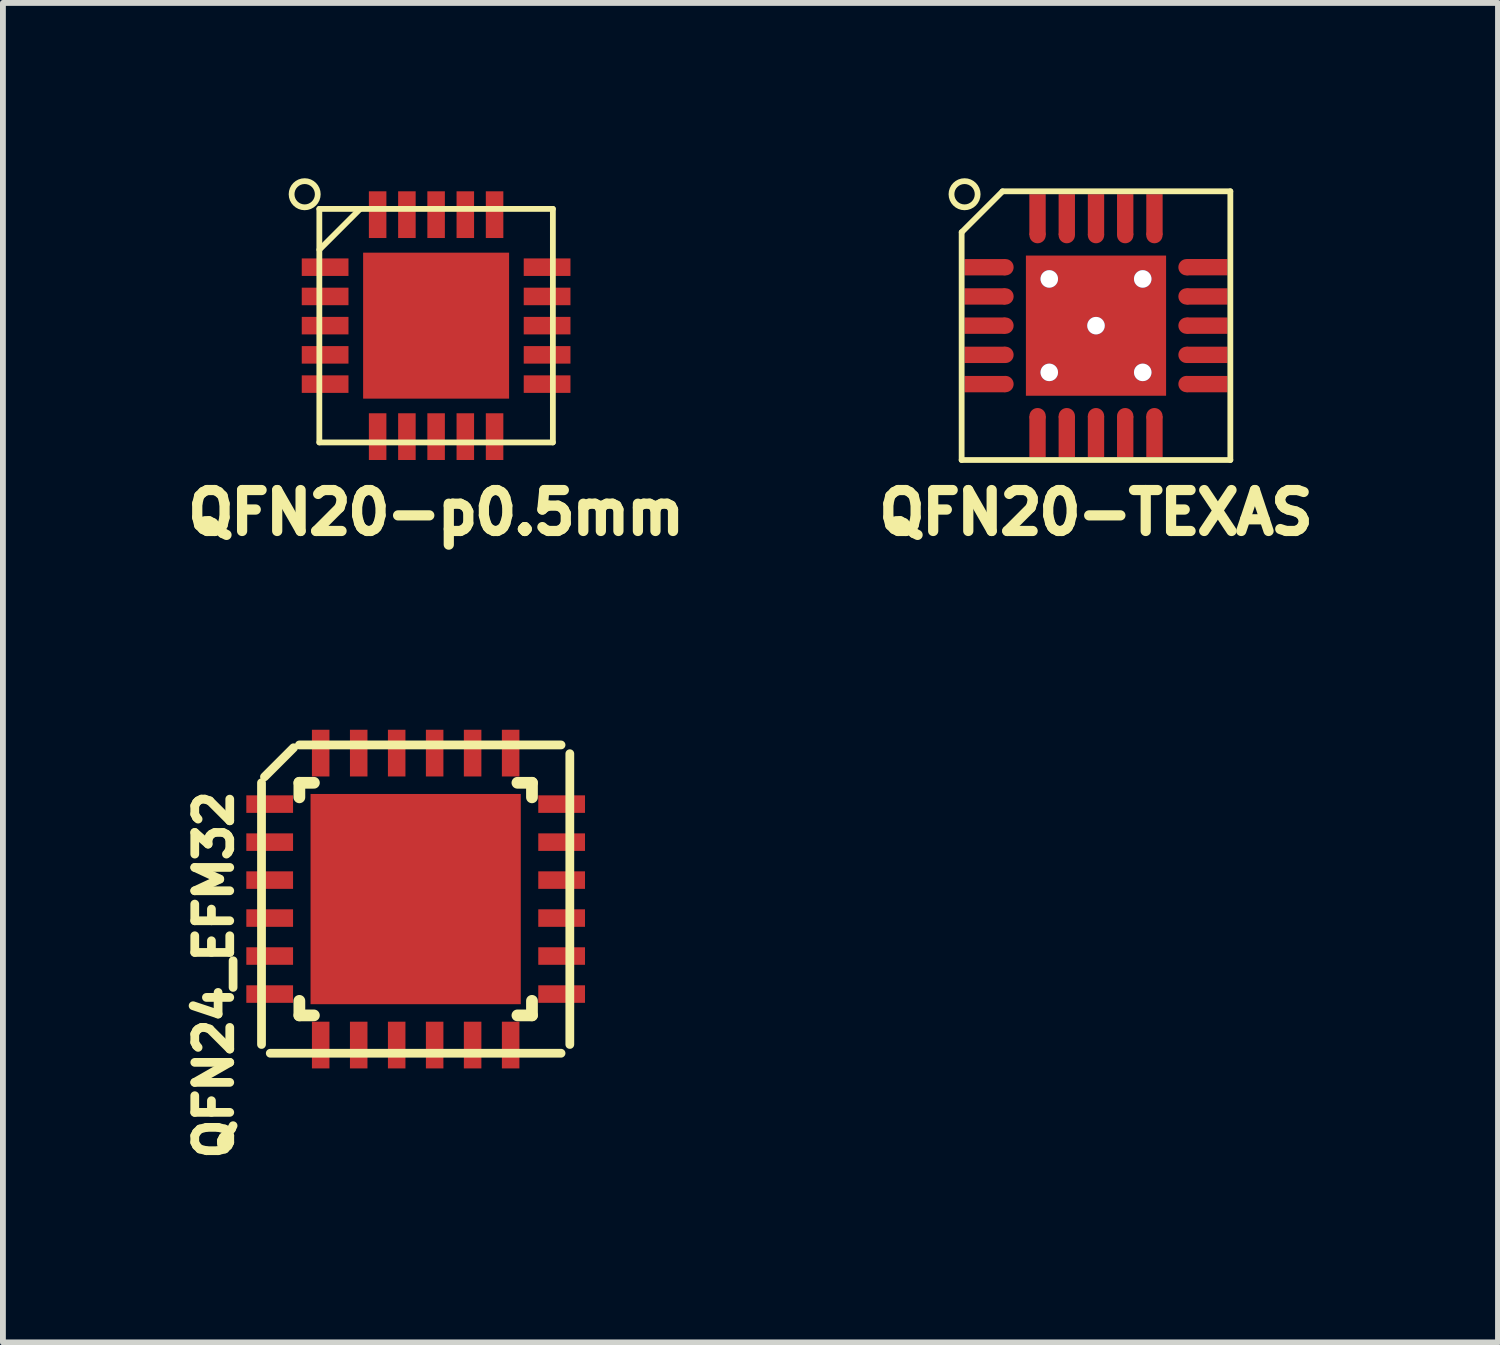
<source format=kicad_pcb>
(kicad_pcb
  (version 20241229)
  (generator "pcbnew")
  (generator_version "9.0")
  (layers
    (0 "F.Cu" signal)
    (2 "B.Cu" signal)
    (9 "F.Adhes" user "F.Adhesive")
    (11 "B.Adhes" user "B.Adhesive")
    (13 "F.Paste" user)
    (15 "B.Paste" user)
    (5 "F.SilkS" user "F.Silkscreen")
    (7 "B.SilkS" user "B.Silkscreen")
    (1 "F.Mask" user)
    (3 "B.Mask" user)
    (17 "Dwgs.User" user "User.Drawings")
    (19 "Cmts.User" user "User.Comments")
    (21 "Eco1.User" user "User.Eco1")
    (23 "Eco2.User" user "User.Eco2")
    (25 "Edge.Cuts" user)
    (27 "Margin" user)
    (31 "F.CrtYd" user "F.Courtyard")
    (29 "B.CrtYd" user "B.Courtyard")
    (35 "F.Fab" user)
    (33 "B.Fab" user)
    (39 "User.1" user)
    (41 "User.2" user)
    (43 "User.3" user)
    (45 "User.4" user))
  (footprint "QFN20-TEXAS"
    (layer "F.Cu")
    (at 15.713 2.525)
    (property "Reference" "QFN20-TEXAS" (at 0 3.2 0) (layer "F.SilkS") (effects (font (size 0.701 0.701) (thickness 0.175))))
    (attr through_hole)
    (fp_line (start -2.3 2.3) (end -2.3 -1.6) (stroke (width 0.099) (type solid)) (layer "F.SilkS"))
    (fp_line (start -2.299 -1.6) (end -1.6 -2.299) (stroke (width 0.099) (type solid)) (layer "F.SilkS"))
    (fp_line (start 2.3 -2.3) (end -1.6 -2.3) (stroke (width 0.099) (type solid)) (layer "F.SilkS"))
    (fp_line (start 2.3 -2.3) (end 2.3 2.3) (stroke (width 0.099) (type solid)) (layer "F.SilkS"))
    (fp_line (start 2.3 2.3) (end -2.3 2.3) (stroke (width 0.099) (type solid)) (layer "F.SilkS"))
    (fp_circle (center -2.25 -2.25) (end -2.05 -2.149) (stroke (width 0.099) (type solid)) (fill no) (layer "F.SilkS"))
    (pad "" smd rect (at -0.8 0) (size 0.45 0.65) (layers "F.Paste"))
    (pad "" smd rect (at -0.8 0) (size 0.8 0.85) (layers "F.Mask"))
    (pad "" smd rect (at 0 -0.8 90) (size 0.45 0.65) (layers "F.Paste"))
    (pad "" smd rect (at 0 -0.8) (size 0.85 0.8) (layers "F.Mask"))
    (pad "" smd rect (at 0 0.8 90) (size 0.45 0.65) (layers "F.Paste"))
    (pad "" smd rect (at 0 0.8) (size 0.85 0.8) (layers "F.Mask"))
    (pad "" smd rect (at 0.8 0) (size 0.45 0.65) (layers "F.Paste"))
    (pad "" smd rect (at 0.8 0) (size 0.8 0.85) (layers "F.Mask"))
    (pad "1" smd rect (at -1.9 -1) (size 0.7 0.28) (layers "F.Cu" "F.Mask" "F.Paste"))
    (pad "1" smd circle (at -1.55 -1 90) (size 0.28 0.28) (layers "F.Cu" "F.Mask" "F.Paste"))
    (pad "2" smd rect (at -1.9 -0.5) (size 0.7 0.28) (layers "F.Cu" "F.Mask" "F.Paste"))
    (pad "2" smd circle (at -1.55 -0.5 90) (size 0.28 0.28) (layers "F.Cu" "F.Mask" "F.Paste"))
    (pad "3" smd rect (at -1.9 0) (size 0.7 0.28) (layers "F.Cu" "F.Mask" "F.Paste"))
    (pad "3" smd circle (at -1.55 0 90) (size 0.28 0.28) (layers "F.Cu" "F.Mask" "F.Paste"))
    (pad "4" smd rect (at -1.9 0.5) (size 0.7 0.28) (layers "F.Cu" "F.Mask" "F.Paste"))
    (pad "4" smd circle (at -1.55 0.5 90) (size 0.28 0.28) (layers "F.Cu" "F.Mask" "F.Paste"))
    (pad "5" smd rect (at -1.9 1.001) (size 0.7 0.28) (layers "F.Cu" "F.Mask" "F.Paste"))
    (pad "5" smd circle (at -1.55 1 90) (size 0.28 0.28) (layers "F.Cu" "F.Mask" "F.Paste"))
    (pad "6" smd rect (at -1.001 1.9 90) (size 0.7 0.28) (layers "F.Cu" "F.Mask" "F.Paste"))
    (pad "6" smd circle (at -1 1.55 90) (size 0.28 0.28) (layers "F.Cu" "F.Mask" "F.Paste"))
    (pad "7" smd rect (at -0.5 1.9 90) (size 0.7 0.28) (layers "F.Cu" "F.Mask" "F.Paste"))
    (pad "7" smd circle (at -0.5 1.55 90) (size 0.28 0.28) (layers "F.Cu" "F.Mask" "F.Paste"))
    (pad "8" smd circle (at 0 1.55 90) (size 0.28 0.28) (layers "F.Cu" "F.Mask" "F.Paste"))
    (pad "8" smd rect (at 0 1.9 90) (size 0.7 0.28) (layers "F.Cu" "F.Mask" "F.Paste"))
    (pad "9" smd circle (at 0.5 1.55 90) (size 0.28 0.28) (layers "F.Cu" "F.Mask" "F.Paste"))
    (pad "9" smd rect (at 0.5 1.9 90) (size 0.7 0.28) (layers "F.Cu" "F.Mask" "F.Paste"))
    (pad "10" smd circle (at 1 1.55 90) (size 0.28 0.28) (layers "F.Cu" "F.Mask" "F.Paste"))
    (pad "10" smd rect (at 1.001 1.9 90) (size 0.7 0.28) (layers "F.Cu" "F.Mask" "F.Paste"))
    (pad "11" smd circle (at 1.55 1 90) (size 0.28 0.28) (layers "F.Cu" "F.Mask" "F.Paste"))
    (pad "11" smd rect (at 1.9 1.001) (size 0.7 0.28) (layers "F.Cu" "F.Mask" "F.Paste"))
    (pad "12" smd circle (at 1.55 0.5 90) (size 0.28 0.28) (layers "F.Cu" "F.Mask" "F.Paste"))
    (pad "12" smd rect (at 1.9 0.5) (size 0.7 0.28) (layers "F.Cu" "F.Mask" "F.Paste"))
    (pad "13" smd circle (at 1.55 0 90) (size 0.28 0.28) (layers "F.Cu" "F.Mask" "F.Paste"))
    (pad "13" smd rect (at 1.9 0) (size 0.7 0.28) (layers "F.Cu" "F.Mask" "F.Paste"))
    (pad "14" smd circle (at 1.55 -0.5 90) (size 0.28 0.28) (layers "F.Cu" "F.Mask" "F.Paste"))
    (pad "14" smd rect (at 1.9 -0.5) (size 0.7 0.28) (layers "F.Cu" "F.Mask" "F.Paste"))
    (pad "15" smd circle (at 1.55 -1 90) (size 0.28 0.28) (layers "F.Cu" "F.Mask" "F.Paste"))
    (pad "15" smd rect (at 1.9 -1.001) (size 0.7 0.28) (layers "F.Cu" "F.Mask" "F.Paste"))
    (pad "16" smd circle (at 1 -1.55 90) (size 0.28 0.28) (layers "F.Cu" "F.Mask" "F.Paste"))
    (pad "16" smd rect (at 1.001 -1.9 90) (size 0.7 0.28) (layers "F.Cu" "F.Mask" "F.Paste"))
    (pad "17" smd circle (at 0.5 -1.55 90) (size 0.28 0.28) (layers "F.Cu" "F.Mask" "F.Paste"))
    (pad "17" smd rect (at 0.5 -1.9 90) (size 0.7 0.28) (layers "F.Cu" "F.Mask" "F.Paste"))
    (pad "18" smd rect (at 0 -1.9 90) (size 0.7 0.28) (layers "F.Cu" "F.Mask" "F.Paste"))
    (pad "18" smd circle (at 0 -1.55 90) (size 0.28 0.28) (layers "F.Cu" "F.Mask" "F.Paste"))
    (pad "19" smd rect (at -0.5 -1.9 90) (size 0.7 0.28) (layers "F.Cu" "F.Mask" "F.Paste"))
    (pad "19" smd circle (at -0.5 -1.55 90) (size 0.28 0.28) (layers "F.Cu" "F.Mask" "F.Paste"))
    (pad "20" smd rect (at -1.001 -1.9 90) (size 0.7 0.28) (layers "F.Cu" "F.Mask" "F.Paste"))
    (pad "20" smd circle (at -1 -1.55 90) (size 0.28 0.28) (layers "F.Cu" "F.Mask" "F.Paste"))
    (pad "21" thru_hole circle (at -0.8 -0.8) (size 0.3 0.3) (drill 0.3) (layers "*.Cu"))
    (pad "21" thru_hole circle (at -0.8 0.8) (size 0.3 0.3) (drill 0.3) (layers "*.Cu"))
    (pad "21" thru_hole circle (at 0 0) (size 0.3 0.3) (drill 0.3) (layers "*.Cu"))
    (pad "21" smd rect (at 0 0) (size 2.4 2.4) (layers "F.Cu"))
    (pad "21" thru_hole circle (at 0.8 -0.8) (size 0.3 0.3) (drill 0.3) (layers "*.Cu"))
    (pad "21" thru_hole circle (at 0.8 0.8) (size 0.3 0.3) (drill 0.3) (layers "*.Cu")))
  (footprint "QFN24_EFM32"
    (layer "F.Cu")
    (at 4.066 12.342)
    (property "Reference" "QFN24_EFM32" (at -3.452 1.298 90) (layer "F.SilkS") (effects (font (size 0.599 0.599) (thickness 0.15))))
    (attr through_hole)
    (fp_line (start -2.639 -1.991) (end -2.639 2.489) (stroke (width 0.15) (type solid)) (layer "F.SilkS"))
    (fp_line (start -2.588 -2.093) (end -2.09 -2.591) (stroke (width 0.15) (type solid)) (layer "F.SilkS"))
    (fp_line (start -1.991 -2.639) (end 2.489 -2.639) (stroke (width 0.15) (type solid)) (layer "F.SilkS"))
    (fp_line (start -1.991 -1.991) (end -1.742 -1.991) (stroke (width 0.201) (type solid)) (layer "F.SilkS"))
    (fp_line (start -1.991 -1.742) (end -1.991 -1.991) (stroke (width 0.201) (type solid)) (layer "F.SilkS"))
    (fp_line (start -1.991 1.991) (end -1.991 1.742) (stroke (width 0.201) (type solid)) (layer "F.SilkS"))
    (fp_line (start -1.742 1.991) (end -1.991 1.991) (stroke (width 0.201) (type solid)) (layer "F.SilkS"))
    (fp_line (start 1.742 -1.991) (end 1.991 -1.991) (stroke (width 0.201) (type solid)) (layer "F.SilkS"))
    (fp_line (start 1.991 -1.991) (end 1.991 -1.742) (stroke (width 0.201) (type solid)) (layer "F.SilkS"))
    (fp_line (start 1.991 1.742) (end 1.991 1.991) (stroke (width 0.201) (type solid)) (layer "F.SilkS"))
    (fp_line (start 1.991 1.991) (end 1.742 1.991) (stroke (width 0.201) (type solid)) (layer "F.SilkS"))
    (fp_line (start 2.489 2.639) (end -2.489 2.639) (stroke (width 0.15) (type solid)) (layer "F.SilkS"))
    (fp_line (start 2.639 -2.489) (end 2.639 2.489) (stroke (width 0.15) (type solid)) (layer "F.SilkS"))
    (pad "" smd rect (at -0.749 -0.749 270) (size 1.001 1.001) (layers "F.Paste"))
    (pad "" smd rect (at -0.749 0.749 270) (size 1.001 1.001) (layers "F.Paste"))
    (pad "" smd rect (at 0.749 -0.749 270) (size 1.001 1.001) (layers "F.Paste"))
    (pad "" smd rect (at 0.749 0.749 270) (size 1.001 1.001) (layers "F.Paste"))
    (pad "1" smd rect (at -2.499 -1.626) (size 0.8 0.3) (layers "F.Cu" "F.Mask" "F.Paste"))
    (pad "2" smd rect (at -2.499 -0.975) (size 0.8 0.3) (layers "F.Cu" "F.Mask" "F.Paste"))
    (pad "3" smd rect (at -2.499 -0.325) (size 0.8 0.3) (layers "F.Cu" "F.Mask" "F.Paste"))
    (pad "4" smd rect (at -2.499 0.325) (size 0.8 0.3) (layers "F.Cu" "F.Mask" "F.Paste"))
    (pad "5" smd rect (at -2.499 0.975) (size 0.8 0.3) (layers "F.Cu" "F.Mask" "F.Paste"))
    (pad "6" smd rect (at -2.499 1.626) (size 0.8 0.3) (layers "F.Cu" "F.Mask" "F.Paste"))
    (pad "7" smd rect (at -1.626 2.499 90) (size 0.8 0.3) (layers "F.Cu" "F.Mask" "F.Paste"))
    (pad "8" smd rect (at -0.975 2.499 270) (size 0.8 0.3) (layers "F.Cu" "F.Mask" "F.Paste"))
    (pad "9" smd rect (at -0.325 2.499 270) (size 0.8 0.3) (layers "F.Cu" "F.Mask" "F.Paste"))
    (pad "10" smd rect (at 0.325 2.499 270) (size 0.8 0.3) (layers "F.Cu" "F.Mask" "F.Paste"))
    (pad "11" smd rect (at 0.975 2.499 270) (size 0.8 0.3) (layers "F.Cu" "F.Mask" "F.Paste"))
    (pad "12" smd rect (at 1.626 2.499 270) (size 0.8 0.3) (layers "F.Cu" "F.Mask" "F.Paste"))
    (pad "13" smd rect (at 2.499 1.626) (size 0.8 0.3) (layers "F.Cu" "F.Mask" "F.Paste"))
    (pad "14" smd rect (at 2.499 0.975) (size 0.8 0.3) (layers "F.Cu" "F.Mask" "F.Paste"))
    (pad "15" smd rect (at 2.499 0.325) (size 0.8 0.3) (layers "F.Cu" "F.Mask" "F.Paste"))
    (pad "16" smd rect (at 2.499 -0.325) (size 0.8 0.3) (layers "F.Cu" "F.Mask" "F.Paste"))
    (pad "17" smd rect (at 2.499 -0.975) (size 0.8 0.3) (layers "F.Cu" "F.Mask" "F.Paste"))
    (pad "18" smd rect (at 2.499 -1.626) (size 0.8 0.3) (layers "F.Cu" "F.Mask" "F.Paste"))
    (pad "19" smd rect (at 1.626 -2.499 270) (size 0.8 0.3) (layers "F.Cu" "F.Mask" "F.Paste"))
    (pad "20" smd rect (at 0.975 -2.499 270) (size 0.8 0.3) (layers "F.Cu" "F.Mask" "F.Paste"))
    (pad "21" smd rect (at 0.325 -2.499 270) (size 0.8 0.3) (layers "F.Cu" "F.Mask" "F.Paste"))
    (pad "22" smd rect (at -0.325 -2.499 270) (size 0.8 0.3) (layers "F.Cu" "F.Mask" "F.Paste"))
    (pad "23" smd rect (at -0.975 -2.499 270) (size 0.8 0.3) (layers "F.Cu" "F.Mask" "F.Paste"))
    (pad "24" smd rect (at -1.626 -2.499 270) (size 0.8 0.3) (layers "F.Cu" "F.Mask" "F.Paste"))
    (pad "25" smd rect (at 0 0) (size 3.599 3.599) (layers "F.Cu" "F.Mask")))
  (footprint "QFN20-p0.5mm"
    (layer "F.Cu")
    (at 4.416 2.525)
    (property "Reference" "QFN20-p0.5mm" (at 0 3.2 0) (layer "F.SilkS") (effects (font (size 0.701 0.701) (thickness 0.175))))
    (attr through_hole)
    (fp_line (start -1.999 -1.999) (end 1.999 -1.999) (stroke (width 0.099) (type solid)) (layer "F.SilkS"))
    (fp_line (start -1.999 -1.3) (end -1.3 -1.999) (stroke (width 0.099) (type solid)) (layer "F.SilkS"))
    (fp_line (start -1.999 1.999) (end -1.999 -1.999) (stroke (width 0.099) (type solid)) (layer "F.SilkS"))
    (fp_line (start 1.999 -1.999) (end 1.999 1.999) (stroke (width 0.099) (type solid)) (layer "F.SilkS"))
    (fp_line (start 1.999 1.999) (end -1.999 1.999) (stroke (width 0.099) (type solid)) (layer "F.SilkS"))
    (fp_circle (center -2.25 -2.25) (end -2.05 -2.149) (stroke (width 0.099) (type solid)) (fill no) (layer "F.SilkS"))
    (pad "1" smd rect (at -1.9 -1.001) (size 0.8 0.3) (layers "F.Cu" "F.Mask" "F.Paste"))
    (pad "2" smd rect (at -1.9 -0.5) (size 0.8 0.3) (layers "F.Cu" "F.Mask" "F.Paste"))
    (pad "3" smd rect (at -1.9 0) (size 0.8 0.3) (layers "F.Cu" "F.Mask" "F.Paste"))
    (pad "4" smd rect (at -1.9 0.5) (size 0.8 0.3) (layers "F.Cu" "F.Mask" "F.Paste"))
    (pad "5" smd rect (at -1.9 1.001) (size 0.8 0.3) (layers "F.Cu" "F.Mask" "F.Paste"))
    (pad "6" smd rect (at -1.001 1.9) (size 0.3 0.8) (layers "F.Cu" "F.Mask" "F.Paste"))
    (pad "7" smd rect (at -0.5 1.9) (size 0.3 0.8) (layers "F.Cu" "F.Mask" "F.Paste"))
    (pad "8" smd rect (at 0 1.9) (size 0.3 0.8) (layers "F.Cu" "F.Mask" "F.Paste"))
    (pad "9" smd rect (at 0.5 1.9) (size 0.3 0.8) (layers "F.Cu" "F.Mask" "F.Paste"))
    (pad "10" smd rect (at 1.001 1.9) (size 0.3 0.8) (layers "F.Cu" "F.Mask" "F.Paste"))
    (pad "11" smd rect (at 1.9 1.001) (size 0.8 0.3) (layers "F.Cu" "F.Mask" "F.Paste"))
    (pad "12" smd rect (at 1.9 0.5) (size 0.8 0.3) (layers "F.Cu" "F.Mask" "F.Paste"))
    (pad "13" smd rect (at 1.9 0) (size 0.8 0.3) (layers "F.Cu" "F.Mask" "F.Paste"))
    (pad "14" smd rect (at 1.9 -0.5) (size 0.8 0.3) (layers "F.Cu" "F.Mask" "F.Paste"))
    (pad "15" smd rect (at 1.9 -1.001) (size 0.8 0.3) (layers "F.Cu" "F.Mask" "F.Paste"))
    (pad "16" smd rect (at 1.001 -1.9) (size 0.3 0.8) (layers "F.Cu" "F.Mask" "F.Paste"))
    (pad "17" smd rect (at 0.5 -1.9) (size 0.3 0.8) (layers "F.Cu" "F.Mask" "F.Paste"))
    (pad "18" smd rect (at 0 -1.9) (size 0.3 0.8) (layers "F.Cu" "F.Mask" "F.Paste"))
    (pad "19" smd rect (at -0.5 -1.9) (size 0.3 0.8) (layers "F.Cu" "F.Mask" "F.Paste"))
    (pad "20" smd rect (at -1.001 -1.9) (size 0.3 0.8) (layers "F.Cu" "F.Mask" "F.Paste"))
    (pad "21" smd rect (at 0 0) (size 2.499 2.499) (layers "F.Cu" "F.Mask" "F.Paste")))
  (gr_rect
    (start -3 -3)
    (end 22.595 19.931)
    (stroke (width 0.1) (type default))
    (fill no)
    (layer "Edge.Cuts")))
</source>
